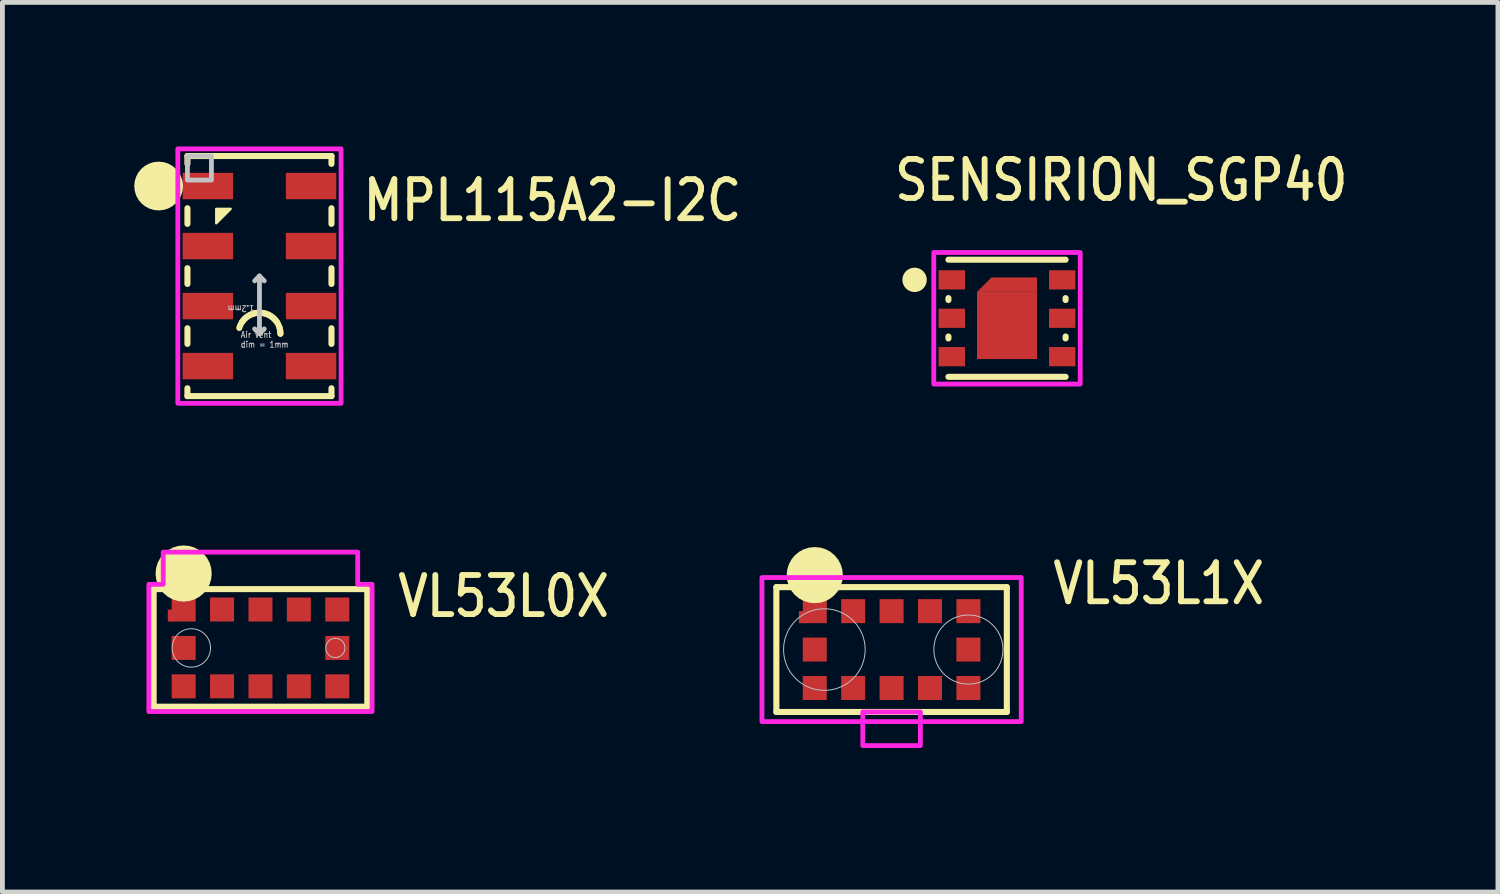
<source format=kicad_pcb>
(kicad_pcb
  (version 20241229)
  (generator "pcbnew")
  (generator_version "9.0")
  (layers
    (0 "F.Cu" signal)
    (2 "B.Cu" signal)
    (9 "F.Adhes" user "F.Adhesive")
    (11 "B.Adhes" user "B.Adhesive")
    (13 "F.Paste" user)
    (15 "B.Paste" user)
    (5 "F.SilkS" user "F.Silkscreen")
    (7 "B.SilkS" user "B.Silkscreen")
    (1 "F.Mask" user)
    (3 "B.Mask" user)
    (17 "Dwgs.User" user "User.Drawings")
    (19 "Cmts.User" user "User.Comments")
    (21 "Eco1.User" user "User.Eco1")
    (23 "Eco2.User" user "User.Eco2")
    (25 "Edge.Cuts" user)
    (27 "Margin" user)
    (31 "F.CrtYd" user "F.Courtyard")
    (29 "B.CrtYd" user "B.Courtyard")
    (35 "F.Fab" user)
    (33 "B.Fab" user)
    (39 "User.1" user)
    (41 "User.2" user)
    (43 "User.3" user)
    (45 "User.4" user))
  (footprint "MPL115A2-I2C"
    (layer "F.Cu")
    (at 2.354 2.7)
    (property "Reference" "MPL115A2-I2C" (at 2.1 -1.1 0) (unlocked yes) (layer "F.SilkS") (effects (font (size 0.813 0.695) (thickness 0.122)) (justify left bottom)))
    (fp_line (start -1.5 -2.5) (end -1.5 -2.337) (stroke (width 0.127) (type solid)) (layer "F.SilkS"))
    (fp_line (start -1.5 -2.5) (end 1.5 -2.5) (stroke (width 0.127) (type solid)) (layer "F.SilkS"))
    (fp_line (start -1.5 -1.087) (end -1.5 -1.413) (stroke (width 0.127) (type solid)) (layer "F.SilkS"))
    (fp_line (start -1.5 -0.164) (end -1.5 0.164) (stroke (width 0.127) (type solid)) (layer "F.SilkS"))
    (fp_line (start -1.5 1.087) (end -1.5 1.413) (stroke (width 0.127) (type solid)) (layer "F.SilkS"))
    (fp_line (start -1.5 2.337) (end -1.5 2.5) (stroke (width 0.127) (type solid)) (layer "F.SilkS"))
    (fp_line (start -1.5 2.5) (end 1.5 2.5) (stroke (width 0.127) (type solid)) (layer "F.SilkS"))
    (fp_line (start 1.5 -2.5) (end 1.5 -2.337) (stroke (width 0.127) (type solid)) (layer "F.SilkS"))
    (fp_line (start 1.5 -1.087) (end 1.5 -1.413) (stroke (width 0.127) (type solid)) (layer "F.SilkS"))
    (fp_line (start 1.5 -0.164) (end 1.5 0.164) (stroke (width 0.127) (type solid)) (layer "F.SilkS"))
    (fp_line (start 1.5 1.087) (end 1.5 1.413) (stroke (width 0.127) (type solid)) (layer "F.SilkS"))
    (fp_line (start 1.5 2.337) (end 1.5 2.5) (stroke (width 0.127) (type solid)) (layer "F.SilkS"))
    (fp_arc (start -0.42 1.081125) (mid 0.060008 0.767645) (end 0.4365 1.2) (stroke (width 0.127) (type solid)) (layer "F.SilkS"))
    (fp_arc (start -0.363363 0.958134) (mid 0.000121 0.763501) (end 0.363497 0.958334) (stroke (width 0.127) (type solid)) (layer "F.SilkS"))
    (fp_arc (start 0.419972 1.081016) (mid 0.432349 1.139937) (end 0.4365 1.2) (stroke (width 0.127) (type solid)) (layer "F.SilkS"))
    (fp_circle (center -2.1 -1.875) (end -2.1 -1.875) (stroke (width 0.508) (type solid)) (fill no) (layer "F.SilkS"))
    (fp_poly (pts (xy -0.6 -1.4) (xy -0.9 -1.4) (xy -0.9 -1.1)) (stroke (width 0.05) (type solid)) (fill yes) (layer "F.SilkS"))
    (fp_line (start 0 0) (end -0.1 0.1) (stroke (width 0.1) (type solid)) (layer "Dwgs.User"))
    (fp_line (start 0 0) (end 0 1.2) (stroke (width 0.1) (type solid)) (layer "Dwgs.User"))
    (fp_line (start 0 0) (end 0.1 0.1) (stroke (width 0.1) (type solid)) (layer "Dwgs.User"))
    (fp_line (start 0 1.2) (end -0.1 1.1) (stroke (width 0.1) (type solid)) (layer "Dwgs.User"))
    (fp_line (start 0 1.2) (end 0.1 1.1) (stroke (width 0.1) (type solid)) (layer "Dwgs.User"))
    (fp_poly (pts (xy -1.5 -2.5) (xy -1 -2.5) (xy -1 -2) (xy -1.5 -2)) (stroke (width 0.1) (type solid)) (fill no) (layer "Dwgs.User"))
    (fp_poly (pts (xy -1.7 -2.65) (xy 1.7 -2.65) (xy 1.7 2.65) (xy -1.7 2.65)) (stroke (width 0.1) (type solid)) (fill no) (layer "F.CrtYd"))
    (fp_text user "1.2mm" (at -0.1 0.6 180) (unlocked yes) (layer "Dwgs.User") (effects (font (size 0.127 0.109) (thickness 0.019)) (justify left bottom)))
    (fp_text user "Air vent \ndim = 1mm" (at -0.4 1.5 0) (unlocked yes) (layer "Dwgs.User") (effects (font (size 0.127 0.109) (thickness 0.019)) (justify left bottom)))
    (pad "1" smd rect (at -1.075 -1.875) (size 1.05 0.55) (layers "F.Cu" "F.Mask" "F.Paste"))
    (pad "2" smd rect (at -1.075 -0.625) (size 1.05 0.55) (layers "F.Cu" "F.Mask" "F.Paste"))
    (pad "3" smd rect (at -1.075 0.625) (size 1.05 0.55) (layers "F.Cu" "F.Mask" "F.Paste"))
    (pad "4" smd rect (at -1.075 1.875) (size 1.05 0.55) (layers "F.Cu" "F.Mask" "F.Paste"))
    (pad "5" smd rect (at 1.075 1.875) (size 1.05 0.55) (layers "F.Cu" "F.Mask" "F.Paste"))
    (pad "6" smd rect (at 1.075 0.625) (size 1.05 0.55) (layers "F.Cu" "F.Mask" "F.Paste"))
    (pad "7" smd rect (at 1.075 -0.625) (size 1.05 0.55) (layers "F.Cu" "F.Mask" "F.Paste"))
    (pad "8" smd rect (at 1.075 -1.875) (size 1.05 0.55) (layers "F.Cu" "F.Mask" "F.Paste")))
  (footprint "VL53L1X"
    (layer "F.Cu")
    (at 15.52 10.479)
    (property "Reference" "VL53L1X" (at 3.3 -0.9 0) (unlocked yes) (layer "F.SilkS") (effects (font (size 0.813 0.695) (thickness 0.122)) (justify left bottom)))
    (fp_poly (pts (xy -1.8 -0.8) (xy -1.93 -0.8) (xy -1.93 -0.55) (xy -1.8 -0.55)) (stroke (width 0) (type solid)) (fill yes) (layer "F.Cu"))
    (fp_poly (pts (xy -1.8 -0.9) (xy -2.03 -0.9) (xy -2.03 -0.45) (xy -1.8 -0.45)) (stroke (width 0) (type solid)) (fill yes) (layer "F.Mask"))
    (fp_line (start -2.4 -1.3) (end 2.4 -1.3) (stroke (width 0.127) (type solid)) (layer "F.SilkS"))
    (fp_line (start -2.4 1.3) (end -2.4 -1.3) (stroke (width 0.127) (type solid)) (layer "F.SilkS"))
    (fp_line (start 2.4 -1.3) (end 2.4 1.3) (stroke (width 0.127) (type solid)) (layer "F.SilkS"))
    (fp_line (start 2.4 1.3) (end -2.4 1.3) (stroke (width 0.127) (type solid)) (layer "F.SilkS"))
    (fp_circle (center -1.6 -1.55) (end -1.6 -1.55) (stroke (width 0.585) (type solid)) (fill no) (layer "F.SilkS"))
    (fp_poly (pts (xy -1.8 -0.8) (xy -1.93 -0.8) (xy -1.93 -0.55) (xy -1.8 -0.55)) (stroke (width 0) (type solid)) (fill yes) (layer "F.Paste"))
    (fp_circle (center -1.4 0) (end -0.55 0) (stroke (width 0.02) (type solid)) (fill no) (layer "Dwgs.User"))
    (fp_circle (center 1.6 0) (end 2.32 0) (stroke (width 0.02) (type solid)) (fill no) (layer "Dwgs.User"))
    (fp_poly (pts (xy -2.7 -1.5) (xy 2.7 -1.5) (xy 2.7 1.5) (xy -2.7 1.5)) (stroke (width 0.1) (type solid)) (fill no) (layer "F.CrtYd"))
    (fp_poly (pts (xy -0.6 1.3) (xy -0.6 2) (xy 0.6 2) (xy 0.6 1.3)) (stroke (width 0.1) (type solid)) (fill no) (layer "F.CrtYd"))
    (pad "1" smd rect (at -1.6 -0.8) (size 0.5 0.5) (layers "F.Cu" "F.Mask" "F.Paste"))
    (pad "2" smd rect (at -0.8 -0.8) (size 0.5 0.5) (layers "F.Cu" "F.Mask" "F.Paste"))
    (pad "3" smd rect (at 0 -0.8) (size 0.5 0.5) (layers "F.Cu" "F.Mask" "F.Paste"))
    (pad "4" smd rect (at 0.8 -0.8) (size 0.5 0.5) (layers "F.Cu" "F.Mask" "F.Paste"))
    (pad "5" smd rect (at 1.6 -0.8) (size 0.5 0.5) (layers "F.Cu" "F.Mask" "F.Paste"))
    (pad "6" smd rect (at 1.6 0) (size 0.5 0.5) (layers "F.Cu" "F.Mask" "F.Paste"))
    (pad "7" smd rect (at 1.6 0.8) (size 0.5 0.5) (layers "F.Cu" "F.Mask" "F.Paste"))
    (pad "8" smd rect (at 0.8 0.8) (size 0.5 0.5) (layers "F.Cu" "F.Mask" "F.Paste"))
    (pad "9" smd rect (at 0 0.8) (size 0.5 0.5) (layers "F.Cu" "F.Mask" "F.Paste"))
    (pad "10" smd rect (at -0.8 0.8) (size 0.5 0.5) (layers "F.Cu" "F.Mask" "F.Paste"))
    (pad "11" smd rect (at -1.6 0.8) (size 0.5 0.5) (layers "F.Cu" "F.Mask" "F.Paste"))
    (pad "12" smd rect (at -1.6 0) (size 0.5 0.5) (layers "F.Cu" "F.Mask" "F.Paste")))
  (footprint "VL53L0X"
    (layer "F.Cu")
    (at 2.375 10.445)
    (property "Reference" "VL53L0X" (at 2.8 -0.6 0) (unlocked yes) (layer "F.SilkS") (effects (font (size 0.813 0.695) (thickness 0.122)) (justify left bottom)))
    (fp_poly (pts (xy -1.8 -0.8) (xy -1.93 -0.8) (xy -1.93 -0.55) (xy -1.8 -0.55)) (stroke (width 0) (type solid)) (fill yes) (layer "F.Cu"))
    (fp_poly (pts (xy -1.8 -0.9) (xy -2.03 -0.9) (xy -2.03 -0.45) (xy -1.8 -0.45)) (stroke (width 0) (type solid)) (fill yes) (layer "F.Mask"))
    (fp_line (start -2.225 -1.225) (end 2.225 -1.225) (stroke (width 0.127) (type solid)) (layer "F.SilkS"))
    (fp_line (start -2.225 1.225) (end -2.225 -1.225) (stroke (width 0.127) (type solid)) (layer "F.SilkS"))
    (fp_line (start 2.225 -1.225) (end 2.225 1.225) (stroke (width 0.127) (type solid)) (layer "F.SilkS"))
    (fp_line (start 2.225 1.225) (end -2.225 1.225) (stroke (width 0.127) (type solid)) (layer "F.SilkS"))
    (fp_circle (center -1.6 -1.55) (end -1.6 -1.55) (stroke (width 0.585) (type solid)) (fill no) (layer "F.SilkS"))
    (fp_poly (pts (xy -1.8 -0.8) (xy -1.93 -0.8) (xy -1.93 -0.55) (xy -1.8 -0.55)) (stroke (width 0) (type solid)) (fill yes) (layer "F.Paste"))
    (fp_circle (center -1.44 0) (end -1.04 0) (stroke (width 0.02) (type solid)) (fill no) (layer "Dwgs.User"))
    (fp_circle (center 1.56 0) (end 1.76 0) (stroke (width 0.02) (type solid)) (fill no) (layer "Dwgs.User"))
    (fp_poly (pts (xy -2.325 -1.325) (xy -2.025 -1.325) (xy -2.025 -1.995) (xy 2.025 -1.995) (xy 2.025 -1.325) (xy 2.325 -1.325) (xy 2.325 1.325) (xy -2.325 1.325)) (stroke (width 0.1) (type solid)) (fill no) (layer "F.CrtYd"))
    (pad "1" smd rect (at -1.6 -0.8) (size 0.5 0.5) (layers "F.Cu" "F.Mask" "F.Paste"))
    (pad "2" smd rect (at -0.8 -0.8) (size 0.5 0.5) (layers "F.Cu" "F.Mask" "F.Paste"))
    (pad "3" smd rect (at 0 -0.8) (size 0.5 0.5) (layers "F.Cu" "F.Mask" "F.Paste"))
    (pad "4" smd rect (at 0.8 -0.8) (size 0.5 0.5) (layers "F.Cu" "F.Mask" "F.Paste"))
    (pad "5" smd rect (at 1.6 -0.8) (size 0.5 0.5) (layers "F.Cu" "F.Mask" "F.Paste"))
    (pad "6" smd rect (at 1.6 0) (size 0.5 0.5) (layers "F.Cu" "F.Mask" "F.Paste"))
    (pad "7" smd rect (at 1.6 0.8) (size 0.5 0.5) (layers "F.Cu" "F.Mask" "F.Paste"))
    (pad "8" smd rect (at 0.8 0.8) (size 0.5 0.5) (layers "F.Cu" "F.Mask" "F.Paste"))
    (pad "9" smd rect (at 0 0.8) (size 0.5 0.5) (layers "F.Cu" "F.Mask" "F.Paste"))
    (pad "10" smd rect (at -0.8 0.8) (size 0.5 0.5) (layers "F.Cu" "F.Mask" "F.Paste"))
    (pad "11" smd rect (at -1.6 0.8) (size 0.5 0.5) (layers "F.Cu" "F.Mask" "F.Paste"))
    (pad "12" smd rect (at -1.6 0) (size 0.5 0.5) (layers "F.Cu" "F.Mask" "F.Paste")))
  (footprint "SENSIRION_SGP40"
    (layer "F.Cu")
    (at 17.924 3.579)
    (property "Reference" "SENSIRION_SGP40" (at -2.4 -2.4 0) (unlocked yes) (layer "F.SilkS") (effects (font (size 0.813 0.695) (thickness 0.122)) (justify left bottom)))
    (fp_poly (pts (xy -0.625 -0.55) (xy 0.625 -0.55) (xy 0.625 -0.85) (xy -0.325 -0.85)) (stroke (width 0) (type solid)) (fill yes) (layer "F.Cu"))
    (fp_poly (pts (xy -0.725 -0.65) (xy 0.725 -0.65) (xy 0.725 -0.95) (xy -0.425 -0.95)) (stroke (width 0) (type solid)) (fill yes) (layer "F.Mask"))
    (fp_line (start -1.22 -1.22) (end 1.22 -1.22) (stroke (width 0.127) (type solid)) (layer "F.SilkS"))
    (fp_line (start -1.22 -0.42) (end -1.22 -0.38) (stroke (width 0.127) (type solid)) (layer "F.SilkS"))
    (fp_line (start -1.22 0.38) (end -1.22 0.42) (stroke (width 0.127) (type solid)) (layer "F.SilkS"))
    (fp_line (start 1.22 -0.42) (end 1.22 -0.38) (stroke (width 0.127) (type solid)) (layer "F.SilkS"))
    (fp_line (start 1.22 0.38) (end 1.22 0.42) (stroke (width 0.127) (type solid)) (layer "F.SilkS"))
    (fp_line (start 1.22 1.22) (end -1.22 1.22) (stroke (width 0.127) (type solid)) (layer "F.SilkS"))
    (fp_circle (center -1.925 -0.8) (end -1.671 -0.8) (stroke (width 0) (type solid)) (fill yes) (layer "F.SilkS"))
    (fp_circle (center 0 0) (end 0.575 0) (stroke (width 0) (type solid)) (fill yes) (layer "F.Paste"))
    (fp_poly (pts (xy -1.525 -1.37) (xy 1.525 -1.37) (xy 1.525 1.37) (xy -1.525 1.37)) (stroke (width 0.1) (type solid)) (fill no) (layer "F.CrtYd"))
    (pad "1" smd rect (at -1.15 -0.8) (size 0.55 0.4) (layers "F.Cu" "F.Mask" "F.Paste"))
    (pad "2" smd rect (at -1.15 0) (size 0.55 0.4) (layers "F.Cu" "F.Mask" "F.Paste"))
    (pad "3" smd rect (at -1.15 0.8) (size 0.55 0.4) (layers "F.Cu" "F.Mask" "F.Paste"))
    (pad "4" smd rect (at 1.15 0.8) (size 0.55 0.4) (layers "F.Cu" "F.Mask" "F.Paste"))
    (pad "5" smd rect (at 1.15 0) (size 0.55 0.4) (layers "F.Cu" "F.Mask" "F.Paste"))
    (pad "6" smd rect (at 1.15 -0.8) (size 0.55 0.4) (layers "F.Cu" "F.Mask" "F.Paste"))
    (pad "PAD" smd rect (at 0 0.15) (size 1.25 1.4) (layers "F.Cu" "F.Mask")))
  (gr_rect
    (start -3 -3)
    (end 28.149 15.529)
    (stroke (width 0.1) (type default))
    (fill no)
    (layer "Edge.Cuts")))
</source>
